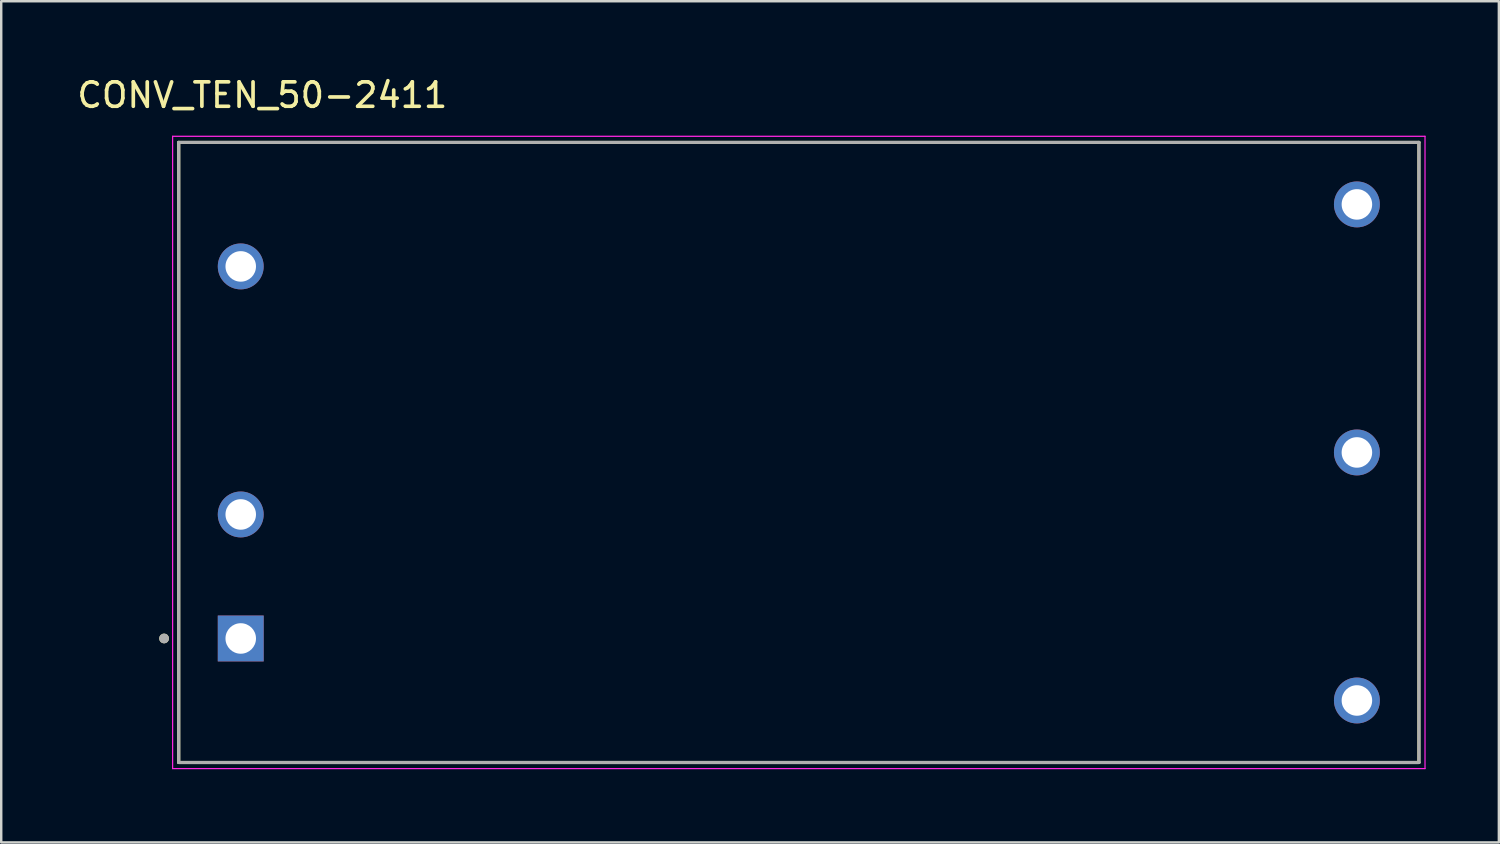
<source format=kicad_pcb>
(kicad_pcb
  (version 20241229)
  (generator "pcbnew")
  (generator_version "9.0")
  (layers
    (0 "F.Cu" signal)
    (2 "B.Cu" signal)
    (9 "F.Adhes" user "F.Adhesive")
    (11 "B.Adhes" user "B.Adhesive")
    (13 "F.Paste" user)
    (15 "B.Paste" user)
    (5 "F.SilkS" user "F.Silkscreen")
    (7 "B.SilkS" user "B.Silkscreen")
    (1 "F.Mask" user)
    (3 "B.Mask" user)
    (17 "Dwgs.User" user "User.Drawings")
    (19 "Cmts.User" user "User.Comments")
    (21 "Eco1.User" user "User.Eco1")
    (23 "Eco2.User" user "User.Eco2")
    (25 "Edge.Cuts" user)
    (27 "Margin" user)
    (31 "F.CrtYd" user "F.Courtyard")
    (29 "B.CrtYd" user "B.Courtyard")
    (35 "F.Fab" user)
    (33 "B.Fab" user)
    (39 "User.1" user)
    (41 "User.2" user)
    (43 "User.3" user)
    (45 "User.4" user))
  (footprint "CONV_TEN_50-2411"
    (layer "F.Cu")
    (at 29.671 15.483)
    (property "Reference" "CONV_TEN_50-2411" (at -21.975 -14.635 0) (layer "F.SilkS") (effects (font (size 1 1) (thickness 0.15))))
    (attr through_hole)
    (fp_line (start -25.4 -12.7) (end 25.4 -12.7) (stroke (width 0.127) (type solid)) (layer "F.SilkS"))
    (fp_line (start -25.4 12.7) (end -25.4 -12.7) (stroke (width 0.127) (type solid)) (layer "F.SilkS"))
    (fp_line (start 25.4 -12.7) (end 25.4 12.7) (stroke (width 0.127) (type solid)) (layer "F.SilkS"))
    (fp_line (start 25.4 12.7) (end -25.4 12.7) (stroke (width 0.127) (type solid)) (layer "F.SilkS"))
    (fp_circle (center -26 7.62) (end -25.9 7.62) (stroke (width 0.2) (type solid)) (fill no) (layer "F.SilkS"))
    (fp_line (start -25.65 -12.95) (end -25.65 12.95) (stroke (width 0.05) (type solid)) (layer "F.CrtYd"))
    (fp_line (start -25.65 -12.95) (end 25.65 -12.95) (stroke (width 0.05) (type solid)) (layer "F.CrtYd"))
    (fp_line (start -25.65 12.95) (end 25.65 12.95) (stroke (width 0.05) (type solid)) (layer "F.CrtYd"))
    (fp_line (start 25.65 -12.95) (end 25.65 12.95) (stroke (width 0.05) (type solid)) (layer "F.CrtYd"))
    (fp_line (start -25.4 -12.7) (end 25.4 -12.7) (stroke (width 0.127) (type solid)) (layer "F.Fab"))
    (fp_line (start -25.4 12.7) (end -25.4 -12.7) (stroke (width 0.127) (type solid)) (layer "F.Fab"))
    (fp_line (start 25.4 -12.7) (end 25.4 12.7) (stroke (width 0.127) (type solid)) (layer "F.Fab"))
    (fp_line (start 25.4 12.7) (end -25.4 12.7) (stroke (width 0.127) (type solid)) (layer "F.Fab"))
    (fp_circle (center -26 7.62) (end -25.9 7.62) (stroke (width 0.2) (type solid)) (fill no) (layer "F.Fab"))
    (pad "1" thru_hole rect (at -22.86 7.62) (size 1.88 1.88) (drill 1.25) (layers "*.Cu" "*.Mask"))
    (pad "2" thru_hole circle (at -22.86 2.54) (size 1.88 1.88) (drill 1.25) (layers "*.Cu" "*.Mask"))
    (pad "3" thru_hole circle (at -22.86 -7.62) (size 1.88 1.88) (drill 1.25) (layers "*.Cu" "*.Mask"))
    (pad "4" thru_hole circle (at 22.86 10.16) (size 1.88 1.88) (drill 1.25) (layers "*.Cu" "*.Mask"))
    (pad "5" thru_hole circle (at 22.86 0) (size 1.88 1.88) (drill 1.25) (layers "*.Cu" "*.Mask"))
    (pad "6" thru_hole circle (at 22.86 -10.16) (size 1.88 1.88) (drill 1.25) (layers "*.Cu" "*.Mask")))
  (gr_rect
    (start -3 -3)
    (end 58.346 31.458)
    (stroke (width 0.1) (type default))
    (fill no)
    (layer "Edge.Cuts")))
</source>
